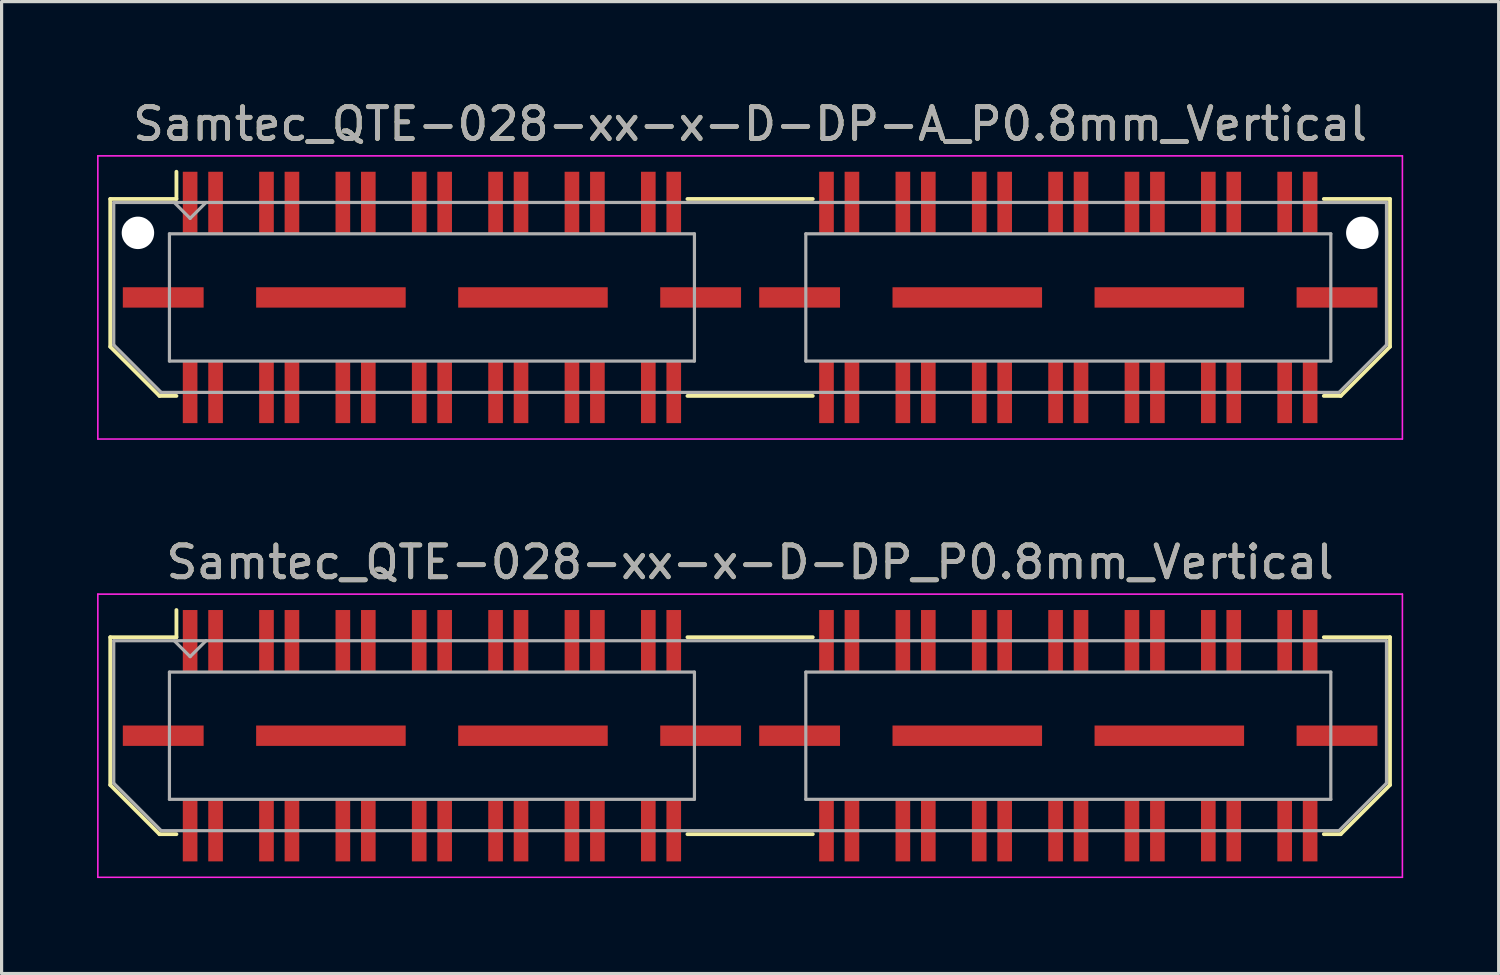
<source format=kicad_pcb>
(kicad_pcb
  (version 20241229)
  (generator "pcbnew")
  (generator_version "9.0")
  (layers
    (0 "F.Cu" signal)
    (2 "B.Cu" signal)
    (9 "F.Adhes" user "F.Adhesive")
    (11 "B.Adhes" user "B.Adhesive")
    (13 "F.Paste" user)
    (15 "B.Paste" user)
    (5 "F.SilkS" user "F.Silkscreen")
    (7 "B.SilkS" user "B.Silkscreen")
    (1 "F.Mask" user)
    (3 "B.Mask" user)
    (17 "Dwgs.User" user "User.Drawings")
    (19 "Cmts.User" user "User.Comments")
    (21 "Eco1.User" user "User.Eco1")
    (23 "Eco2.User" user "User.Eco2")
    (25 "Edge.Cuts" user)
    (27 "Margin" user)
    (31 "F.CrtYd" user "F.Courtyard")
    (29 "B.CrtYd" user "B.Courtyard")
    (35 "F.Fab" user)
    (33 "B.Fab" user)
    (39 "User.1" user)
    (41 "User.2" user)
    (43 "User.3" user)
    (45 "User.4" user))
  (footprint "Samtec_QTE-028-xx-x-D-DP-A_P0.8mm_Vertical"
    (layer "F.Cu")
    (at 20.525 6.298)
    (property "Reference" "Samtec_QTE-028-xx-x-D-DP-A_P0.8mm_Vertical" (at 0 -5.45 0) (layer "F.SilkS") (effects (font (size 1 1) (thickness 0.15))))
    (attr smd)
    (fp_line (start -20.11 -3.095) (end -20.11 1.548) (stroke (width 0.12) (type solid)) (layer "F.SilkS"))
    (fp_line (start -20.11 1.548) (end -18.562 3.095) (stroke (width 0.12) (type solid)) (layer "F.SilkS"))
    (fp_line (start -18.562 3.095) (end -18.03 3.095) (stroke (width 0.12) (type solid)) (layer "F.SilkS"))
    (fp_line (start -18.03 -3.95) (end -18.03 -3.095) (stroke (width 0.12) (type solid)) (layer "F.SilkS"))
    (fp_line (start -18.03 -3.095) (end -20.11 -3.095) (stroke (width 0.12) (type solid)) (layer "F.SilkS"))
    (fp_line (start -1.97 -3.095) (end 1.97 -3.095) (stroke (width 0.12) (type solid)) (layer "F.SilkS"))
    (fp_line (start -1.97 3.095) (end 1.97 3.095) (stroke (width 0.12) (type solid)) (layer "F.SilkS"))
    (fp_line (start 18.03 -3.095) (end 20.11 -3.095) (stroke (width 0.12) (type solid)) (layer "F.SilkS"))
    (fp_line (start 18.562 3.095) (end 18.03 3.095) (stroke (width 0.12) (type solid)) (layer "F.SilkS"))
    (fp_line (start 20.11 -3.095) (end 20.11 1.548) (stroke (width 0.12) (type solid)) (layer "F.SilkS"))
    (fp_line (start 20.11 1.548) (end 18.562 3.095) (stroke (width 0.12) (type solid)) (layer "F.SilkS"))
    (fp_line (start -20.5 -4.45) (end -20.5 4.45) (stroke (width 0.05) (type solid)) (layer "F.CrtYd"))
    (fp_line (start -20.5 4.45) (end 20.5 4.45) (stroke (width 0.05) (type solid)) (layer "F.CrtYd"))
    (fp_line (start 20.5 -4.45) (end -20.5 -4.45) (stroke (width 0.05) (type solid)) (layer "F.CrtYd"))
    (fp_line (start 20.5 4.45) (end 20.5 -4.45) (stroke (width 0.05) (type solid)) (layer "F.CrtYd"))
    (fp_line (start -20 -2.985) (end -20 1.492) (stroke (width 0.1) (type solid)) (layer "F.Fab"))
    (fp_line (start -20 -2.985) (end 20 -2.985) (stroke (width 0.1) (type solid)) (layer "F.Fab"))
    (fp_line (start -20 1.492) (end -18.508 2.985) (stroke (width 0.1) (type solid)) (layer "F.Fab"))
    (fp_line (start -18.508 2.985) (end 18.508 2.985) (stroke (width 0.1) (type solid)) (layer "F.Fab"))
    (fp_line (start -18.25 -2) (end -18.25 2) (stroke (width 0.1) (type solid)) (layer "F.Fab"))
    (fp_line (start -18.25 2) (end -1.75 2) (stroke (width 0.1) (type solid)) (layer "F.Fab"))
    (fp_line (start -17.6 -2.485) (end -18.1 -2.985) (stroke (width 0.1) (type solid)) (layer "F.Fab"))
    (fp_line (start -17.1 -2.985) (end -17.6 -2.485) (stroke (width 0.1) (type solid)) (layer "F.Fab"))
    (fp_line (start -1.75 -2) (end -18.25 -2) (stroke (width 0.1) (type solid)) (layer "F.Fab"))
    (fp_line (start -1.75 2) (end -1.75 -2) (stroke (width 0.1) (type solid)) (layer "F.Fab"))
    (fp_line (start 1.75 -2) (end 1.75 2) (stroke (width 0.1) (type solid)) (layer "F.Fab"))
    (fp_line (start 1.75 2) (end 18.25 2) (stroke (width 0.1) (type solid)) (layer "F.Fab"))
    (fp_line (start 18.25 -2) (end 1.75 -2) (stroke (width 0.1) (type solid)) (layer "F.Fab"))
    (fp_line (start 18.25 2) (end 18.25 -2) (stroke (width 0.1) (type solid)) (layer "F.Fab"))
    (fp_line (start 20 -2.985) (end 20 1.492) (stroke (width 0.1) (type solid)) (layer "F.Fab"))
    (fp_line (start 20 1.492) (end 18.508 2.985) (stroke (width 0.1) (type solid)) (layer "F.Fab"))
    (fp_text user "${REFERENCE}" (at 0 -5.45 0) (layer "F.Fab") (effects (font (size 1 1) (thickness 0.15))))
    (pad "" np_thru_hole circle (at -19.24 -2.03) (size 1.02 1.02) (drill 1.02) (layers "*.Cu" "*.Mask"))
    (pad "" np_thru_hole circle (at 19.24 -2.03) (size 1.02 1.02) (drill 1.02) (layers "*.Cu" "*.Mask"))
    (pad "1" smd rect (at -17.6 -2.98) (size 0.46 1.94) (layers "F.Cu" "F.Mask" "F.Paste"))
    (pad "2" smd rect (at -17.6 2.98) (size 0.46 1.94) (layers "F.Cu" "F.Mask" "F.Paste"))
    (pad "3" smd rect (at -16.8 -2.98) (size 0.46 1.94) (layers "F.Cu" "F.Mask" "F.Paste"))
    (pad "4" smd rect (at -16.8 2.98) (size 0.46 1.94) (layers "F.Cu" "F.Mask" "F.Paste"))
    (pad "5" smd rect (at -15.2 -2.98) (size 0.46 1.94) (layers "F.Cu" "F.Mask" "F.Paste"))
    (pad "6" smd rect (at -15.2 2.98) (size 0.46 1.94) (layers "F.Cu" "F.Mask" "F.Paste"))
    (pad "7" smd rect (at -14.4 -2.98) (size 0.46 1.94) (layers "F.Cu" "F.Mask" "F.Paste"))
    (pad "8" smd rect (at -14.4 2.98) (size 0.46 1.94) (layers "F.Cu" "F.Mask" "F.Paste"))
    (pad "9" smd rect (at -12.8 -2.98) (size 0.46 1.94) (layers "F.Cu" "F.Mask" "F.Paste"))
    (pad "10" smd rect (at -12.8 2.98) (size 0.46 1.94) (layers "F.Cu" "F.Mask" "F.Paste"))
    (pad "11" smd rect (at -12 -2.98) (size 0.46 1.94) (layers "F.Cu" "F.Mask" "F.Paste"))
    (pad "12" smd rect (at -12 2.98) (size 0.46 1.94) (layers "F.Cu" "F.Mask" "F.Paste"))
    (pad "13" smd rect (at -10.4 -2.98) (size 0.46 1.94) (layers "F.Cu" "F.Mask" "F.Paste"))
    (pad "14" smd rect (at -10.4 2.98) (size 0.46 1.94) (layers "F.Cu" "F.Mask" "F.Paste"))
    (pad "15" smd rect (at -9.6 -2.98) (size 0.46 1.94) (layers "F.Cu" "F.Mask" "F.Paste"))
    (pad "16" smd rect (at -9.6 2.98) (size 0.46 1.94) (layers "F.Cu" "F.Mask" "F.Paste"))
    (pad "17" smd rect (at -8 -2.98) (size 0.46 1.94) (layers "F.Cu" "F.Mask" "F.Paste"))
    (pad "18" smd rect (at -8 2.98) (size 0.46 1.94) (layers "F.Cu" "F.Mask" "F.Paste"))
    (pad "19" smd rect (at -7.2 -2.98) (size 0.46 1.94) (layers "F.Cu" "F.Mask" "F.Paste"))
    (pad "20" smd rect (at -7.2 2.98) (size 0.46 1.94) (layers "F.Cu" "F.Mask" "F.Paste"))
    (pad "21" smd rect (at -5.6 -2.98) (size 0.46 1.94) (layers "F.Cu" "F.Mask" "F.Paste"))
    (pad "22" smd rect (at -5.6 2.98) (size 0.46 1.94) (layers "F.Cu" "F.Mask" "F.Paste"))
    (pad "23" smd rect (at -4.8 -2.98) (size 0.46 1.94) (layers "F.Cu" "F.Mask" "F.Paste"))
    (pad "24" smd rect (at -4.8 2.98) (size 0.46 1.94) (layers "F.Cu" "F.Mask" "F.Paste"))
    (pad "25" smd rect (at -3.2 -2.98) (size 0.46 1.94) (layers "F.Cu" "F.Mask" "F.Paste"))
    (pad "26" smd rect (at -3.2 2.98) (size 0.46 1.94) (layers "F.Cu" "F.Mask" "F.Paste"))
    (pad "27" smd rect (at -2.4 -2.98) (size 0.46 1.94) (layers "F.Cu" "F.Mask" "F.Paste"))
    (pad "28" smd rect (at -2.4 2.98) (size 0.46 1.94) (layers "F.Cu" "F.Mask" "F.Paste"))
    (pad "29" smd rect (at 2.4 -2.98) (size 0.46 1.94) (layers "F.Cu" "F.Mask" "F.Paste"))
    (pad "30" smd rect (at 2.4 2.98) (size 0.46 1.94) (layers "F.Cu" "F.Mask" "F.Paste"))
    (pad "31" smd rect (at 3.2 -2.98) (size 0.46 1.94) (layers "F.Cu" "F.Mask" "F.Paste"))
    (pad "32" smd rect (at 3.2 2.98) (size 0.46 1.94) (layers "F.Cu" "F.Mask" "F.Paste"))
    (pad "33" smd rect (at 4.8 -2.98) (size 0.46 1.94) (layers "F.Cu" "F.Mask" "F.Paste"))
    (pad "34" smd rect (at 4.8 2.98) (size 0.46 1.94) (layers "F.Cu" "F.Mask" "F.Paste"))
    (pad "35" smd rect (at 5.6 -2.98) (size 0.46 1.94) (layers "F.Cu" "F.Mask" "F.Paste"))
    (pad "36" smd rect (at 5.6 2.98) (size 0.46 1.94) (layers "F.Cu" "F.Mask" "F.Paste"))
    (pad "37" smd rect (at 7.2 -2.98) (size 0.46 1.94) (layers "F.Cu" "F.Mask" "F.Paste"))
    (pad "38" smd rect (at 7.2 2.98) (size 0.46 1.94) (layers "F.Cu" "F.Mask" "F.Paste"))
    (pad "39" smd rect (at 8 -2.98) (size 0.46 1.94) (layers "F.Cu" "F.Mask" "F.Paste"))
    (pad "40" smd rect (at 8 2.98) (size 0.46 1.94) (layers "F.Cu" "F.Mask" "F.Paste"))
    (pad "41" smd rect (at 9.6 -2.98) (size 0.46 1.94) (layers "F.Cu" "F.Mask" "F.Paste"))
    (pad "42" smd rect (at 9.6 2.98) (size 0.46 1.94) (layers "F.Cu" "F.Mask" "F.Paste"))
    (pad "43" smd rect (at 10.4 -2.98) (size 0.46 1.94) (layers "F.Cu" "F.Mask" "F.Paste"))
    (pad "44" smd rect (at 10.4 2.98) (size 0.46 1.94) (layers "F.Cu" "F.Mask" "F.Paste"))
    (pad "45" smd rect (at 12 -2.98) (size 0.46 1.94) (layers "F.Cu" "F.Mask" "F.Paste"))
    (pad "46" smd rect (at 12 2.98) (size 0.46 1.94) (layers "F.Cu" "F.Mask" "F.Paste"))
    (pad "47" smd rect (at 12.8 -2.98) (size 0.46 1.94) (layers "F.Cu" "F.Mask" "F.Paste"))
    (pad "48" smd rect (at 12.8 2.98) (size 0.46 1.94) (layers "F.Cu" "F.Mask" "F.Paste"))
    (pad "49" smd rect (at 14.4 -2.98) (size 0.46 1.94) (layers "F.Cu" "F.Mask" "F.Paste"))
    (pad "50" smd rect (at 14.4 2.98) (size 0.46 1.94) (layers "F.Cu" "F.Mask" "F.Paste"))
    (pad "51" smd rect (at 15.2 -2.98) (size 0.46 1.94) (layers "F.Cu" "F.Mask" "F.Paste"))
    (pad "52" smd rect (at 15.2 2.98) (size 0.46 1.94) (layers "F.Cu" "F.Mask" "F.Paste"))
    (pad "53" smd rect (at 16.8 -2.98) (size 0.46 1.94) (layers "F.Cu" "F.Mask" "F.Paste"))
    (pad "54" smd rect (at 16.8 2.98) (size 0.46 1.94) (layers "F.Cu" "F.Mask" "F.Paste"))
    (pad "55" smd rect (at 17.6 -2.98) (size 0.46 1.94) (layers "F.Cu" "F.Mask" "F.Paste"))
    (pad "56" smd rect (at 17.6 2.98) (size 0.46 1.94) (layers "F.Cu" "F.Mask" "F.Paste"))
    (pad "57" smd rect (at -18.445 0) (size 2.54 0.64) (layers "F.Cu" "F.Mask" "F.Paste"))
    (pad "58" smd rect (at -13.175 0) (size 4.7 0.64) (layers "F.Cu" "F.Mask" "F.Paste"))
    (pad "59" smd rect (at -6.825 0) (size 4.7 0.64) (layers "F.Cu" "F.Mask" "F.Paste"))
    (pad "60" smd rect (at -1.555 0) (size 2.54 0.64) (layers "F.Cu" "F.Mask" "F.Paste"))
    (pad "61" smd rect (at 1.555 0) (size 2.54 0.64) (layers "F.Cu" "F.Mask" "F.Paste"))
    (pad "62" smd rect (at 6.825 0) (size 4.7 0.64) (layers "F.Cu" "F.Mask" "F.Paste"))
    (pad "63" smd rect (at 13.175 0) (size 4.7 0.64) (layers "F.Cu" "F.Mask" "F.Paste"))
    (pad "64" smd rect (at 18.445 0) (size 2.54 0.64) (layers "F.Cu" "F.Mask" "F.Paste")))
  (footprint "Samtec_QTE-028-xx-x-D-DP_P0.8mm_Vertical"
    (layer "F.Cu")
    (at 20.525 20.072)
    (property "Reference" "Samtec_QTE-028-xx-x-D-DP_P0.8mm_Vertical" (at 0 -5.45 0) (layer "F.SilkS") (effects (font (size 1 1) (thickness 0.15))))
    (attr smd)
    (fp_line (start -20.11 -3.095) (end -20.11 1.548) (stroke (width 0.12) (type solid)) (layer "F.SilkS"))
    (fp_line (start -20.11 1.548) (end -18.562 3.095) (stroke (width 0.12) (type solid)) (layer "F.SilkS"))
    (fp_line (start -18.562 3.095) (end -18.03 3.095) (stroke (width 0.12) (type solid)) (layer "F.SilkS"))
    (fp_line (start -18.03 -3.95) (end -18.03 -3.095) (stroke (width 0.12) (type solid)) (layer "F.SilkS"))
    (fp_line (start -18.03 -3.095) (end -20.11 -3.095) (stroke (width 0.12) (type solid)) (layer "F.SilkS"))
    (fp_line (start -1.97 -3.095) (end 1.97 -3.095) (stroke (width 0.12) (type solid)) (layer "F.SilkS"))
    (fp_line (start -1.97 3.095) (end 1.97 3.095) (stroke (width 0.12) (type solid)) (layer "F.SilkS"))
    (fp_line (start 18.03 -3.095) (end 20.11 -3.095) (stroke (width 0.12) (type solid)) (layer "F.SilkS"))
    (fp_line (start 18.562 3.095) (end 18.03 3.095) (stroke (width 0.12) (type solid)) (layer "F.SilkS"))
    (fp_line (start 20.11 -3.095) (end 20.11 1.548) (stroke (width 0.12) (type solid)) (layer "F.SilkS"))
    (fp_line (start 20.11 1.548) (end 18.562 3.095) (stroke (width 0.12) (type solid)) (layer "F.SilkS"))
    (fp_line (start -20.5 -4.45) (end -20.5 4.45) (stroke (width 0.05) (type solid)) (layer "F.CrtYd"))
    (fp_line (start -20.5 4.45) (end 20.5 4.45) (stroke (width 0.05) (type solid)) (layer "F.CrtYd"))
    (fp_line (start 20.5 -4.45) (end -20.5 -4.45) (stroke (width 0.05) (type solid)) (layer "F.CrtYd"))
    (fp_line (start 20.5 4.45) (end 20.5 -4.45) (stroke (width 0.05) (type solid)) (layer "F.CrtYd"))
    (fp_line (start -20 -2.985) (end -20 1.492) (stroke (width 0.1) (type solid)) (layer "F.Fab"))
    (fp_line (start -20 -2.985) (end 20 -2.985) (stroke (width 0.1) (type solid)) (layer "F.Fab"))
    (fp_line (start -20 1.492) (end -18.508 2.985) (stroke (width 0.1) (type solid)) (layer "F.Fab"))
    (fp_line (start -18.508 2.985) (end 18.508 2.985) (stroke (width 0.1) (type solid)) (layer "F.Fab"))
    (fp_line (start -18.25 -2) (end -18.25 2) (stroke (width 0.1) (type solid)) (layer "F.Fab"))
    (fp_line (start -18.25 2) (end -1.75 2) (stroke (width 0.1) (type solid)) (layer "F.Fab"))
    (fp_line (start -17.6 -2.485) (end -18.1 -2.985) (stroke (width 0.1) (type solid)) (layer "F.Fab"))
    (fp_line (start -17.1 -2.985) (end -17.6 -2.485) (stroke (width 0.1) (type solid)) (layer "F.Fab"))
    (fp_line (start -1.75 -2) (end -18.25 -2) (stroke (width 0.1) (type solid)) (layer "F.Fab"))
    (fp_line (start -1.75 2) (end -1.75 -2) (stroke (width 0.1) (type solid)) (layer "F.Fab"))
    (fp_line (start 1.75 -2) (end 1.75 2) (stroke (width 0.1) (type solid)) (layer "F.Fab"))
    (fp_line (start 1.75 2) (end 18.25 2) (stroke (width 0.1) (type solid)) (layer "F.Fab"))
    (fp_line (start 18.25 -2) (end 1.75 -2) (stroke (width 0.1) (type solid)) (layer "F.Fab"))
    (fp_line (start 18.25 2) (end 18.25 -2) (stroke (width 0.1) (type solid)) (layer "F.Fab"))
    (fp_line (start 20 -2.985) (end 20 1.492) (stroke (width 0.1) (type solid)) (layer "F.Fab"))
    (fp_line (start 20 1.492) (end 18.508 2.985) (stroke (width 0.1) (type solid)) (layer "F.Fab"))
    (fp_text user "${REFERENCE}" (at 0 -5.45 0) (layer "F.Fab") (effects (font (size 1 1) (thickness 0.15))))
    (pad "1" smd rect (at -17.6 -2.98) (size 0.46 1.94) (layers "F.Cu" "F.Mask" "F.Paste"))
    (pad "2" smd rect (at -17.6 2.98) (size 0.46 1.94) (layers "F.Cu" "F.Mask" "F.Paste"))
    (pad "3" smd rect (at -16.8 -2.98) (size 0.46 1.94) (layers "F.Cu" "F.Mask" "F.Paste"))
    (pad "4" smd rect (at -16.8 2.98) (size 0.46 1.94) (layers "F.Cu" "F.Mask" "F.Paste"))
    (pad "5" smd rect (at -15.2 -2.98) (size 0.46 1.94) (layers "F.Cu" "F.Mask" "F.Paste"))
    (pad "6" smd rect (at -15.2 2.98) (size 0.46 1.94) (layers "F.Cu" "F.Mask" "F.Paste"))
    (pad "7" smd rect (at -14.4 -2.98) (size 0.46 1.94) (layers "F.Cu" "F.Mask" "F.Paste"))
    (pad "8" smd rect (at -14.4 2.98) (size 0.46 1.94) (layers "F.Cu" "F.Mask" "F.Paste"))
    (pad "9" smd rect (at -12.8 -2.98) (size 0.46 1.94) (layers "F.Cu" "F.Mask" "F.Paste"))
    (pad "10" smd rect (at -12.8 2.98) (size 0.46 1.94) (layers "F.Cu" "F.Mask" "F.Paste"))
    (pad "11" smd rect (at -12 -2.98) (size 0.46 1.94) (layers "F.Cu" "F.Mask" "F.Paste"))
    (pad "12" smd rect (at -12 2.98) (size 0.46 1.94) (layers "F.Cu" "F.Mask" "F.Paste"))
    (pad "13" smd rect (at -10.4 -2.98) (size 0.46 1.94) (layers "F.Cu" "F.Mask" "F.Paste"))
    (pad "14" smd rect (at -10.4 2.98) (size 0.46 1.94) (layers "F.Cu" "F.Mask" "F.Paste"))
    (pad "15" smd rect (at -9.6 -2.98) (size 0.46 1.94) (layers "F.Cu" "F.Mask" "F.Paste"))
    (pad "16" smd rect (at -9.6 2.98) (size 0.46 1.94) (layers "F.Cu" "F.Mask" "F.Paste"))
    (pad "17" smd rect (at -8 -2.98) (size 0.46 1.94) (layers "F.Cu" "F.Mask" "F.Paste"))
    (pad "18" smd rect (at -8 2.98) (size 0.46 1.94) (layers "F.Cu" "F.Mask" "F.Paste"))
    (pad "19" smd rect (at -7.2 -2.98) (size 0.46 1.94) (layers "F.Cu" "F.Mask" "F.Paste"))
    (pad "20" smd rect (at -7.2 2.98) (size 0.46 1.94) (layers "F.Cu" "F.Mask" "F.Paste"))
    (pad "21" smd rect (at -5.6 -2.98) (size 0.46 1.94) (layers "F.Cu" "F.Mask" "F.Paste"))
    (pad "22" smd rect (at -5.6 2.98) (size 0.46 1.94) (layers "F.Cu" "F.Mask" "F.Paste"))
    (pad "23" smd rect (at -4.8 -2.98) (size 0.46 1.94) (layers "F.Cu" "F.Mask" "F.Paste"))
    (pad "24" smd rect (at -4.8 2.98) (size 0.46 1.94) (layers "F.Cu" "F.Mask" "F.Paste"))
    (pad "25" smd rect (at -3.2 -2.98) (size 0.46 1.94) (layers "F.Cu" "F.Mask" "F.Paste"))
    (pad "26" smd rect (at -3.2 2.98) (size 0.46 1.94) (layers "F.Cu" "F.Mask" "F.Paste"))
    (pad "27" smd rect (at -2.4 -2.98) (size 0.46 1.94) (layers "F.Cu" "F.Mask" "F.Paste"))
    (pad "28" smd rect (at -2.4 2.98) (size 0.46 1.94) (layers "F.Cu" "F.Mask" "F.Paste"))
    (pad "29" smd rect (at 2.4 -2.98) (size 0.46 1.94) (layers "F.Cu" "F.Mask" "F.Paste"))
    (pad "30" smd rect (at 2.4 2.98) (size 0.46 1.94) (layers "F.Cu" "F.Mask" "F.Paste"))
    (pad "31" smd rect (at 3.2 -2.98) (size 0.46 1.94) (layers "F.Cu" "F.Mask" "F.Paste"))
    (pad "32" smd rect (at 3.2 2.98) (size 0.46 1.94) (layers "F.Cu" "F.Mask" "F.Paste"))
    (pad "33" smd rect (at 4.8 -2.98) (size 0.46 1.94) (layers "F.Cu" "F.Mask" "F.Paste"))
    (pad "34" smd rect (at 4.8 2.98) (size 0.46 1.94) (layers "F.Cu" "F.Mask" "F.Paste"))
    (pad "35" smd rect (at 5.6 -2.98) (size 0.46 1.94) (layers "F.Cu" "F.Mask" "F.Paste"))
    (pad "36" smd rect (at 5.6 2.98) (size 0.46 1.94) (layers "F.Cu" "F.Mask" "F.Paste"))
    (pad "37" smd rect (at 7.2 -2.98) (size 0.46 1.94) (layers "F.Cu" "F.Mask" "F.Paste"))
    (pad "38" smd rect (at 7.2 2.98) (size 0.46 1.94) (layers "F.Cu" "F.Mask" "F.Paste"))
    (pad "39" smd rect (at 8 -2.98) (size 0.46 1.94) (layers "F.Cu" "F.Mask" "F.Paste"))
    (pad "40" smd rect (at 8 2.98) (size 0.46 1.94) (layers "F.Cu" "F.Mask" "F.Paste"))
    (pad "41" smd rect (at 9.6 -2.98) (size 0.46 1.94) (layers "F.Cu" "F.Mask" "F.Paste"))
    (pad "42" smd rect (at 9.6 2.98) (size 0.46 1.94) (layers "F.Cu" "F.Mask" "F.Paste"))
    (pad "43" smd rect (at 10.4 -2.98) (size 0.46 1.94) (layers "F.Cu" "F.Mask" "F.Paste"))
    (pad "44" smd rect (at 10.4 2.98) (size 0.46 1.94) (layers "F.Cu" "F.Mask" "F.Paste"))
    (pad "45" smd rect (at 12 -2.98) (size 0.46 1.94) (layers "F.Cu" "F.Mask" "F.Paste"))
    (pad "46" smd rect (at 12 2.98) (size 0.46 1.94) (layers "F.Cu" "F.Mask" "F.Paste"))
    (pad "47" smd rect (at 12.8 -2.98) (size 0.46 1.94) (layers "F.Cu" "F.Mask" "F.Paste"))
    (pad "48" smd rect (at 12.8 2.98) (size 0.46 1.94) (layers "F.Cu" "F.Mask" "F.Paste"))
    (pad "49" smd rect (at 14.4 -2.98) (size 0.46 1.94) (layers "F.Cu" "F.Mask" "F.Paste"))
    (pad "50" smd rect (at 14.4 2.98) (size 0.46 1.94) (layers "F.Cu" "F.Mask" "F.Paste"))
    (pad "51" smd rect (at 15.2 -2.98) (size 0.46 1.94) (layers "F.Cu" "F.Mask" "F.Paste"))
    (pad "52" smd rect (at 15.2 2.98) (size 0.46 1.94) (layers "F.Cu" "F.Mask" "F.Paste"))
    (pad "53" smd rect (at 16.8 -2.98) (size 0.46 1.94) (layers "F.Cu" "F.Mask" "F.Paste"))
    (pad "54" smd rect (at 16.8 2.98) (size 0.46 1.94) (layers "F.Cu" "F.Mask" "F.Paste"))
    (pad "55" smd rect (at 17.6 -2.98) (size 0.46 1.94) (layers "F.Cu" "F.Mask" "F.Paste"))
    (pad "56" smd rect (at 17.6 2.98) (size 0.46 1.94) (layers "F.Cu" "F.Mask" "F.Paste"))
    (pad "P1" smd rect (at -18.445 0) (size 2.54 0.64) (layers "F.Cu" "F.Mask" "F.Paste"))
    (pad "P1" smd rect (at -13.175 0) (size 4.7 0.64) (layers "F.Cu" "F.Mask" "F.Paste"))
    (pad "P1" smd rect (at -6.825 0) (size 4.7 0.64) (layers "F.Cu" "F.Mask" "F.Paste"))
    (pad "P1" smd rect (at -1.555 0) (size 2.54 0.64) (layers "F.Cu" "F.Mask" "F.Paste"))
    (pad "P2" smd rect (at 1.555 0) (size 2.54 0.64) (layers "F.Cu" "F.Mask" "F.Paste"))
    (pad "P2" smd rect (at 6.825 0) (size 4.7 0.64) (layers "F.Cu" "F.Mask" "F.Paste"))
    (pad "P2" smd rect (at 13.175 0) (size 4.7 0.64) (layers "F.Cu" "F.Mask" "F.Paste"))
    (pad "P2" smd rect (at 18.445 0) (size 2.54 0.64) (layers "F.Cu" "F.Mask" "F.Paste")))
  (gr_rect
    (start -3 -3)
    (end 44.05 27.547)
    (stroke (width 0.1) (type default))
    (fill no)
    (layer "Edge.Cuts")))
</source>
